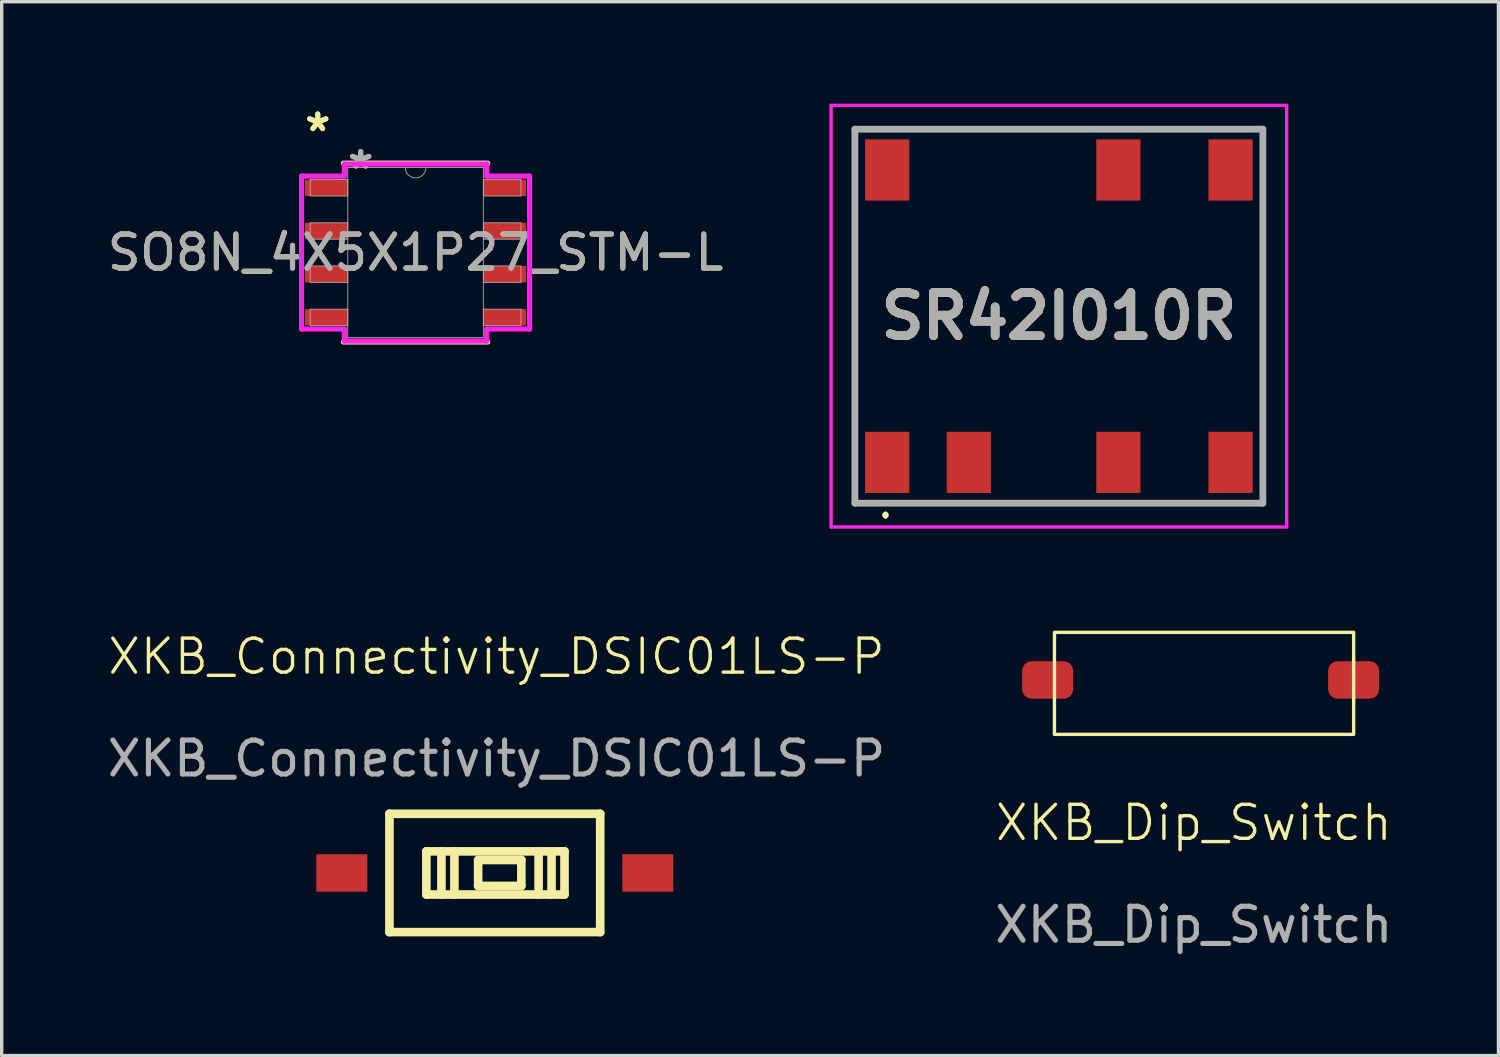
<source format=kicad_pcb>
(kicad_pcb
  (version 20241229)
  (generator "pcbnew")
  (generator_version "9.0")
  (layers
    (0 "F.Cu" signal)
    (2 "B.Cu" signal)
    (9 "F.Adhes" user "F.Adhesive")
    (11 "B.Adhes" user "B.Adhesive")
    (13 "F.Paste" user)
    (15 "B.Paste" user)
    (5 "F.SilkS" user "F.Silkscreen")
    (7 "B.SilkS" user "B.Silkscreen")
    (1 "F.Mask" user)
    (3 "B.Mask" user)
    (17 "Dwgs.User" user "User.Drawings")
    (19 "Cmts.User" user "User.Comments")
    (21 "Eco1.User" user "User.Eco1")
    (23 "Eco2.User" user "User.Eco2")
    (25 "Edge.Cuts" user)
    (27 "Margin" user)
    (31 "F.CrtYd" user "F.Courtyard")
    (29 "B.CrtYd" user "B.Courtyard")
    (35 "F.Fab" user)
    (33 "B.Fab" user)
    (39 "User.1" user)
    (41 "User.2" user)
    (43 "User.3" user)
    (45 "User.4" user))
  (footprint "XKB_Connectivity_DSIC01LS-P"
    (layer "F.Cu")
    (at 11.554 23.261)
    (property "Reference" "XKB_Connectivity_DSIC01LS-P" (at 0 -7 0) (unlocked yes) (layer "F.SilkS") (effects (font (size 1 1) (thickness 0.1))))
    (attr smd)
    (fp_line (start -3.15 -2.375) (end -3.15 1.105) (stroke (width 0.254) (type solid)) (layer "F.SilkS"))
    (fp_line (start -3.15 -2.375) (end 3.05 -2.375) (stroke (width 0.254) (type solid)) (layer "F.SilkS"))
    (fp_line (start -3.15 1.105) (end 3.05 1.105) (stroke (width 0.254) (type solid)) (layer "F.SilkS"))
    (fp_line (start -2.064 -1.27) (end 2 -1.27) (stroke (width 0.254) (type solid)) (layer "F.SilkS"))
    (fp_line (start -2.064 0) (end -2.064 -1.27) (stroke (width 0.254) (type solid)) (layer "F.SilkS"))
    (fp_line (start -1.62 -1.27) (end -1.62 0) (stroke (width 0.254) (type solid)) (layer "F.SilkS"))
    (fp_line (start -1.239 -1.27) (end -1.239 0) (stroke (width 0.254) (type solid)) (layer "F.SilkS"))
    (fp_line (start -0.54 -1.016) (end 0.73 -1.016) (stroke (width 0.254) (type solid)) (layer "F.SilkS"))
    (fp_line (start -0.54 -0.254) (end -0.54 -1.016) (stroke (width 0.254) (type solid)) (layer "F.SilkS"))
    (fp_line (start 0.73 -1.016) (end 0.73 -0.254) (stroke (width 0.254) (type solid)) (layer "F.SilkS"))
    (fp_line (start 0.73 -0.254) (end -0.54 -0.254) (stroke (width 0.254) (type solid)) (layer "F.SilkS"))
    (fp_line (start 1.238 -1.27) (end 1.238 0) (stroke (width 0.254) (type solid)) (layer "F.SilkS"))
    (fp_line (start 1.619 -1.27) (end 1.619 0) (stroke (width 0.254) (type solid)) (layer "F.SilkS"))
    (fp_line (start 2 -1.27) (end 2 0) (stroke (width 0.254) (type solid)) (layer "F.SilkS"))
    (fp_line (start 2 0) (end -2.064 0) (stroke (width 0.254) (type solid)) (layer "F.SilkS"))
    (fp_line (start 3.05 1.105) (end 3.05 -2.375) (stroke (width 0.254) (type solid)) (layer "F.SilkS"))
    (fp_text user "${REFERENCE}" (at 0 -4 0) (unlocked yes) (layer "F.Fab") (effects (font (size 1 1) (thickness 0.15))))
    (pad "1" smd rect (at -4.55 -0.635 270) (size 1.1 1.5) (layers "F.Cu" "F.Mask" "F.Paste"))
    (pad "2" smd rect (at 4.45 -0.635 270) (size 1.1 1.5) (layers "F.Cu" "F.Mask" "F.Paste")))
  (footprint "XKB_Dip_Switch"
    (layer "F.Cu")
    (at 32.065 21.65)
    (property "Reference" "XKB_Dip_Switch" (at 0 -0.5 0) (unlocked yes) (layer "F.SilkS") (effects (font (size 1 1) (thickness 0.1))))
    (attr smd)
    (fp_rect (start -4.1 -6.1) (end 4.7 -3.1) (stroke (width 0.1) (type default)) (fill no) (layer "F.SilkS"))
    (fp_text user "${REFERENCE}" (at 0 2.5 0) (unlocked yes) (layer "F.Fab") (effects (font (size 1 1) (thickness 0.15))))
    (pad "1" smd roundrect (at -4.3 -4.7) (size 1.5 1.1) (layers "F.Cu" "F.Mask" "F.Paste") (roundrect_rratio 0.25))
    (pad "2" smd roundrect (at 4.7 -4.7) (size 1.5 1.1) (layers "F.Cu" "F.Mask" "F.Paste") (roundrect_rratio 0.25)))
  (footprint "SR42I010R"
    (layer "F.Cu")
    (at 28.095 6.25)
    (property "Reference" "SR42I010R" (at 0 0 0) (layer "F.SilkS") (effects (font (size 1.27 1.27) (thickness 0.254))))
    (attr smd)
    (fp_line (start -6 -5.5) (end 6 -5.5) (stroke (width 0.1) (type solid)) (layer "F.SilkS"))
    (fp_line (start -6 5.5) (end -6 -5.5) (stroke (width 0.1) (type solid)) (layer "F.SilkS"))
    (fp_line (start -5.1 5.8) (end -5.1 5.8) (stroke (width 0.1) (type solid)) (layer "F.SilkS"))
    (fp_line (start -5.1 5.9) (end -5.1 5.9) (stroke (width 0.1) (type solid)) (layer "F.SilkS"))
    (fp_line (start 6 -5.5) (end 6 5.5) (stroke (width 0.1) (type solid)) (layer "F.SilkS"))
    (fp_line (start 6 5.5) (end -6 5.5) (stroke (width 0.1) (type solid)) (layer "F.SilkS"))
    (fp_arc (start -5.1 5.8) (mid -5.05 5.85) (end -5.1 5.9) (stroke (width 0.1) (type solid)) (layer "F.SilkS"))
    (fp_arc (start -5.1 5.9) (mid -5.15 5.85) (end -5.1 5.8) (stroke (width 0.1) (type solid)) (layer "F.SilkS"))
    (fp_line (start -6.7 -6.2) (end 6.7 -6.2) (stroke (width 0.1) (type solid)) (layer "F.CrtYd"))
    (fp_line (start -6.7 6.2) (end -6.7 -6.2) (stroke (width 0.1) (type solid)) (layer "F.CrtYd"))
    (fp_line (start 6.7 -6.2) (end 6.7 6.2) (stroke (width 0.1) (type solid)) (layer "F.CrtYd"))
    (fp_line (start 6.7 6.2) (end -6.7 6.2) (stroke (width 0.1) (type solid)) (layer "F.CrtYd"))
    (fp_line (start -6 -5.5) (end 6 -5.5) (stroke (width 0.2) (type solid)) (layer "F.Fab"))
    (fp_line (start -6 5.5) (end -6 -5.5) (stroke (width 0.2) (type solid)) (layer "F.Fab"))
    (fp_line (start 6 -5.5) (end 6 5.5) (stroke (width 0.2) (type solid)) (layer "F.Fab"))
    (fp_line (start 6 5.5) (end -6 5.5) (stroke (width 0.2) (type solid)) (layer "F.Fab"))
    (fp_text user "${REFERENCE}" (at 0 0 0) (layer "F.Fab") (effects (font (size 1.27 1.27) (thickness 0.254))))
    (pad "1" smd rect (at -5.05 4.3) (size 1.3 1.8) (layers "F.Cu" "F.Mask" "F.Paste"))
    (pad "2" smd rect (at -2.65 4.3) (size 1.3 1.8) (layers "F.Cu" "F.Mask" "F.Paste"))
    (pad "3" smd rect (at 1.75 4.3) (size 1.3 1.8) (layers "F.Cu" "F.Mask" "F.Paste"))
    (pad "4" smd rect (at 5.05 4.3) (size 1.3 1.8) (layers "F.Cu" "F.Mask" "F.Paste"))
    (pad "5" smd rect (at 5.05 -4.3) (size 1.3 1.8) (layers "F.Cu" "F.Mask" "F.Paste"))
    (pad "6" smd rect (at 1.75 -4.3) (size 1.3 1.8) (layers "F.Cu" "F.Mask" "F.Paste"))
    (pad "7" smd rect (at -5.05 -4.3) (size 1.3 1.8) (layers "F.Cu" "F.Mask" "F.Paste")))
  (footprint "SO8N_4X5X1P27_STM-L"
    (layer "F.Cu")
    (at 9.173 4.379)
    (property "Reference" "SO8N_4X5X1P27_STM-L" (at 0 0 0) (unlocked yes) (layer "F.SilkS") (effects (font (size 1 1) (thickness 0.15))))
    (attr smd)
    (fp_line (start -2.121 2.629) (end 2.121 2.629) (stroke (width 0.152) (type solid)) (layer "F.SilkS"))
    (fp_line (start 2.121 -2.629) (end -2.121 -2.629) (stroke (width 0.152) (type solid)) (layer "F.SilkS"))
    (fp_line (start -3.353 -2.248) (end -2.095 -2.248) (stroke (width 0.152) (type solid)) (layer "F.CrtYd"))
    (fp_line (start -3.353 2.248) (end -3.353 -2.248) (stroke (width 0.152) (type solid)) (layer "F.CrtYd"))
    (fp_line (start -3.353 2.248) (end -2.095 2.248) (stroke (width 0.152) (type solid)) (layer "F.CrtYd"))
    (fp_line (start -2.095 -2.603) (end 2.095 -2.603) (stroke (width 0.152) (type solid)) (layer "F.CrtYd"))
    (fp_line (start -2.095 -2.248) (end -2.095 -2.603) (stroke (width 0.152) (type solid)) (layer "F.CrtYd"))
    (fp_line (start -2.095 2.603) (end -2.095 2.248) (stroke (width 0.152) (type solid)) (layer "F.CrtYd"))
    (fp_line (start 2.095 -2.603) (end 2.095 -2.248) (stroke (width 0.152) (type solid)) (layer "F.CrtYd"))
    (fp_line (start 2.095 2.248) (end 2.095 2.603) (stroke (width 0.152) (type solid)) (layer "F.CrtYd"))
    (fp_line (start 2.095 2.603) (end -2.095 2.603) (stroke (width 0.152) (type solid)) (layer "F.CrtYd"))
    (fp_line (start 3.353 -2.248) (end 2.095 -2.248) (stroke (width 0.152) (type solid)) (layer "F.CrtYd"))
    (fp_line (start 3.353 -2.248) (end 3.353 2.248) (stroke (width 0.152) (type solid)) (layer "F.CrtYd"))
    (fp_line (start 3.353 2.248) (end 2.095 2.248) (stroke (width 0.152) (type solid)) (layer "F.CrtYd"))
    (fp_line (start -3.099 -2.146) (end -3.099 -1.664) (stroke (width 0.025) (type solid)) (layer "F.Fab"))
    (fp_line (start -3.099 -1.664) (end -1.994 -1.664) (stroke (width 0.025) (type solid)) (layer "F.Fab"))
    (fp_line (start -3.099 -0.876) (end -3.099 -0.394) (stroke (width 0.025) (type solid)) (layer "F.Fab"))
    (fp_line (start -3.099 -0.394) (end -1.994 -0.394) (stroke (width 0.025) (type solid)) (layer "F.Fab"))
    (fp_line (start -3.099 0.394) (end -3.099 0.876) (stroke (width 0.025) (type solid)) (layer "F.Fab"))
    (fp_line (start -3.099 0.876) (end -1.994 0.876) (stroke (width 0.025) (type solid)) (layer "F.Fab"))
    (fp_line (start -3.099 1.664) (end -3.099 2.146) (stroke (width 0.025) (type solid)) (layer "F.Fab"))
    (fp_line (start -3.099 2.146) (end -1.994 2.146) (stroke (width 0.025) (type solid)) (layer "F.Fab"))
    (fp_line (start -1.994 -2.502) (end -1.994 2.502) (stroke (width 0.025) (type solid)) (layer "F.Fab"))
    (fp_line (start -1.994 -2.146) (end -3.099 -2.146) (stroke (width 0.025) (type solid)) (layer "F.Fab"))
    (fp_line (start -1.994 -1.664) (end -1.994 -2.146) (stroke (width 0.025) (type solid)) (layer "F.Fab"))
    (fp_line (start -1.994 -0.876) (end -3.099 -0.876) (stroke (width 0.025) (type solid)) (layer "F.Fab"))
    (fp_line (start -1.994 -0.394) (end -1.994 -0.876) (stroke (width 0.025) (type solid)) (layer "F.Fab"))
    (fp_line (start -1.994 0.394) (end -3.099 0.394) (stroke (width 0.025) (type solid)) (layer "F.Fab"))
    (fp_line (start -1.994 0.876) (end -1.994 0.394) (stroke (width 0.025) (type solid)) (layer "F.Fab"))
    (fp_line (start -1.994 1.664) (end -3.099 1.664) (stroke (width 0.025) (type solid)) (layer "F.Fab"))
    (fp_line (start -1.994 2.146) (end -1.994 1.664) (stroke (width 0.025) (type solid)) (layer "F.Fab"))
    (fp_line (start -1.994 2.502) (end 1.994 2.502) (stroke (width 0.025) (type solid)) (layer "F.Fab"))
    (fp_line (start 1.994 -2.502) (end -1.994 -2.502) (stroke (width 0.025) (type solid)) (layer "F.Fab"))
    (fp_line (start 1.994 -2.146) (end 1.994 -1.664) (stroke (width 0.025) (type solid)) (layer "F.Fab"))
    (fp_line (start 1.994 -1.664) (end 3.099 -1.664) (stroke (width 0.025) (type solid)) (layer "F.Fab"))
    (fp_line (start 1.994 -0.876) (end 1.994 -0.394) (stroke (width 0.025) (type solid)) (layer "F.Fab"))
    (fp_line (start 1.994 -0.394) (end 3.099 -0.394) (stroke (width 0.025) (type solid)) (layer "F.Fab"))
    (fp_line (start 1.994 0.394) (end 1.994 0.876) (stroke (width 0.025) (type solid)) (layer "F.Fab"))
    (fp_line (start 1.994 0.876) (end 3.099 0.876) (stroke (width 0.025) (type solid)) (layer "F.Fab"))
    (fp_line (start 1.994 1.664) (end 1.994 2.146) (stroke (width 0.025) (type solid)) (layer "F.Fab"))
    (fp_line (start 1.994 2.146) (end 3.099 2.146) (stroke (width 0.025) (type solid)) (layer "F.Fab"))
    (fp_line (start 1.994 2.502) (end 1.994 -2.502) (stroke (width 0.025) (type solid)) (layer "F.Fab"))
    (fp_line (start 3.099 -2.146) (end 1.994 -2.146) (stroke (width 0.025) (type solid)) (layer "F.Fab"))
    (fp_line (start 3.099 -1.664) (end 3.099 -2.146) (stroke (width 0.025) (type solid)) (layer "F.Fab"))
    (fp_line (start 3.099 -0.876) (end 1.994 -0.876) (stroke (width 0.025) (type solid)) (layer "F.Fab"))
    (fp_line (start 3.099 -0.394) (end 3.099 -0.876) (stroke (width 0.025) (type solid)) (layer "F.Fab"))
    (fp_line (start 3.099 0.394) (end 1.994 0.394) (stroke (width 0.025) (type solid)) (layer "F.Fab"))
    (fp_line (start 3.099 0.876) (end 3.099 0.394) (stroke (width 0.025) (type solid)) (layer "F.Fab"))
    (fp_line (start 3.099 1.664) (end 1.994 1.664) (stroke (width 0.025) (type solid)) (layer "F.Fab"))
    (fp_line (start 3.099 2.146) (end 3.099 1.664) (stroke (width 0.025) (type solid)) (layer "F.Fab"))
    (fp_arc (start 0.3048 -2.5019) (mid 0 -2.1971) (end -0.3048 -2.5019) (stroke (width 0.0254) (type solid)) (layer "F.Fab"))
    (fp_text user "*" (at -2.877 -3.531 0) (layer "F.SilkS") (effects (font (size 1 1) (thickness 0.15))))
    (fp_text user "*" (at -2.877 -3.531 0) (unlocked yes) (layer "F.SilkS") (effects (font (size 1 1) (thickness 0.15))))
    (fp_text user "*" (at -1.613 -2.426 0) (layer "F.Fab") (effects (font (size 1 1) (thickness 0.15))))
    (fp_text user "*" (at -1.613 -2.426 0) (unlocked yes) (layer "F.Fab") (effects (font (size 1 1) (thickness 0.15))))
    (fp_text user "${REFERENCE}" (at 0 0 0) (unlocked yes) (layer "F.Fab") (effects (font (size 1 1) (thickness 0.15))))
    (pad "1" smd rect (at -2.623 -1.905) (size 1.257 0.483) (layers "F.Cu" "F.Mask" "F.Paste"))
    (pad "2" smd rect (at -2.623 -0.635) (size 1.257 0.483) (layers "F.Cu" "F.Mask" "F.Paste"))
    (pad "3" smd rect (at -2.623 0.635) (size 1.257 0.483) (layers "F.Cu" "F.Mask" "F.Paste"))
    (pad "4" smd rect (at -2.623 1.905) (size 1.257 0.483) (layers "F.Cu" "F.Mask" "F.Paste"))
    (pad "5" smd rect (at 2.623 1.905) (size 1.257 0.483) (layers "F.Cu" "F.Mask" "F.Paste"))
    (pad "6" smd rect (at 2.623 0.635) (size 1.257 0.483) (layers "F.Cu" "F.Mask" "F.Paste"))
    (pad "7" smd rect (at 2.623 -0.635) (size 1.257 0.483) (layers "F.Cu" "F.Mask" "F.Paste"))
    (pad "8" smd rect (at 2.623 -1.905) (size 1.257 0.483) (layers "F.Cu" "F.Mask" "F.Paste")))
  (gr_rect
    (start -3 -3)
    (end 41.024 27.998)
    (stroke (width 0.1) (type default))
    (fill no)
    (layer "Edge.Cuts")))
</source>
